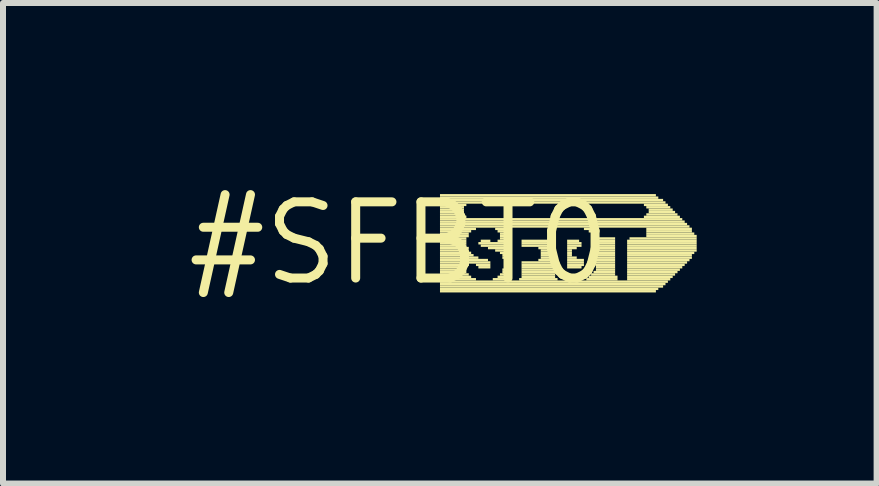
<source format=kicad_pcb>
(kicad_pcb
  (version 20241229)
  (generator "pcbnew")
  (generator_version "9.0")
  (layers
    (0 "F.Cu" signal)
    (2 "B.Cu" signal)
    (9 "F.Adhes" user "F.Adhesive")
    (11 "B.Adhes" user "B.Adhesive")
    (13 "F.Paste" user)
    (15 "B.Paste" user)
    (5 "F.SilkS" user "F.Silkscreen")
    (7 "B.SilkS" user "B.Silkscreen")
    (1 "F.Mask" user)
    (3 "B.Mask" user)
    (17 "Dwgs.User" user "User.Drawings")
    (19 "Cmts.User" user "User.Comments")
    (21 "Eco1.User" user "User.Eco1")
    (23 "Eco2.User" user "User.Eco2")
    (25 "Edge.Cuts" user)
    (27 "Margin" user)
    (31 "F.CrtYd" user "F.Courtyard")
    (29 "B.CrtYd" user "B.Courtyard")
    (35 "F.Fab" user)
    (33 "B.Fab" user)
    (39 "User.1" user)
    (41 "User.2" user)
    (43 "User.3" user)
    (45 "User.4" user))
  (footprint "#SFBT0"
    (layer "F.Cu")
    (at 3.606 1.006)
    (property "Reference" "#SFBT0" (at 0 0 0) (layer "F.SilkS") (effects (font (size 1.27 1.27) (thickness 0.15))))
    (attr through_hole)
    (fp_poly (pts (xy 0.68 -0.78) (xy 4.28 -0.78) (xy 4.28 -0.82) (xy 0.68 -0.82)) (stroke (width 0) (type solid)) (fill yes) (layer "F.SilkS"))
    (fp_poly (pts (xy 0.68 -0.74) (xy 4.32 -0.74) (xy 4.32 -0.78) (xy 0.68 -0.78)) (stroke (width 0) (type solid)) (fill yes) (layer "F.SilkS"))
    (fp_poly (pts (xy 0.68 -0.7) (xy 4.4 -0.7) (xy 4.4 -0.74) (xy 0.68 -0.74)) (stroke (width 0) (type solid)) (fill yes) (layer "F.SilkS"))
    (fp_poly (pts (xy 0.68 -0.66) (xy 4.44 -0.66) (xy 4.44 -0.7) (xy 0.68 -0.7)) (stroke (width 0) (type solid)) (fill yes) (layer "F.SilkS"))
    (fp_poly (pts (xy 0.68 -0.62) (xy 1.12 -0.62) (xy 1.12 -0.66) (xy 0.68 -0.66)) (stroke (width 0) (type solid)) (fill yes) (layer "F.SilkS"))
    (fp_poly (pts (xy 0.68 -0.58) (xy 1.08 -0.58) (xy 1.08 -0.62) (xy 0.68 -0.62)) (stroke (width 0) (type solid)) (fill yes) (layer "F.SilkS"))
    (fp_poly (pts (xy 0.68 -0.54) (xy 1.08 -0.54) (xy 1.08 -0.58) (xy 0.68 -0.58)) (stroke (width 0) (type solid)) (fill yes) (layer "F.SilkS"))
    (fp_poly (pts (xy 0.68 -0.5) (xy 1.08 -0.5) (xy 1.08 -0.54) (xy 0.68 -0.54)) (stroke (width 0) (type solid)) (fill yes) (layer "F.SilkS"))
    (fp_poly (pts (xy 0.68 -0.46) (xy 1.08 -0.46) (xy 1.08 -0.5) (xy 0.68 -0.5)) (stroke (width 0) (type solid)) (fill yes) (layer "F.SilkS"))
    (fp_poly (pts (xy 0.68 -0.42) (xy 1.12 -0.42) (xy 1.12 -0.46) (xy 0.68 -0.46)) (stroke (width 0) (type solid)) (fill yes) (layer "F.SilkS"))
    (fp_poly (pts (xy 0.68 -0.38) (xy 4.72 -0.38) (xy 4.72 -0.42) (xy 0.68 -0.42)) (stroke (width 0) (type solid)) (fill yes) (layer "F.SilkS"))
    (fp_poly (pts (xy 0.68 -0.34) (xy 4.76 -0.34) (xy 4.76 -0.38) (xy 0.68 -0.38)) (stroke (width 0) (type solid)) (fill yes) (layer "F.SilkS"))
    (fp_poly (pts (xy 0.68 -0.3) (xy 4.8 -0.3) (xy 4.8 -0.34) (xy 0.68 -0.34)) (stroke (width 0) (type solid)) (fill yes) (layer "F.SilkS"))
    (fp_poly (pts (xy 0.68 -0.26) (xy 4.84 -0.26) (xy 4.84 -0.3) (xy 0.68 -0.3)) (stroke (width 0) (type solid)) (fill yes) (layer "F.SilkS"))
    (fp_poly (pts (xy 0.68 -0.22) (xy 1.28 -0.22) (xy 1.28 -0.26) (xy 0.68 -0.26)) (stroke (width 0) (type solid)) (fill yes) (layer "F.SilkS"))
    (fp_poly (pts (xy 0.68 -0.18) (xy 1.2 -0.18) (xy 1.2 -0.22) (xy 0.68 -0.22)) (stroke (width 0) (type solid)) (fill yes) (layer "F.SilkS"))
    (fp_poly (pts (xy 0.68 -0.14) (xy 1.16 -0.14) (xy 1.16 -0.18) (xy 0.68 -0.18)) (stroke (width 0) (type solid)) (fill yes) (layer "F.SilkS"))
    (fp_poly (pts (xy 0.68 -0.1) (xy 1.16 -0.1) (xy 1.16 -0.14) (xy 0.68 -0.14)) (stroke (width 0) (type solid)) (fill yes) (layer "F.SilkS"))
    (fp_poly (pts (xy 0.68 -0.06) (xy 1.12 -0.06) (xy 1.12 -0.1) (xy 0.68 -0.1)) (stroke (width 0) (type solid)) (fill yes) (layer "F.SilkS"))
    (fp_poly (pts (xy 0.68 -0.02) (xy 1.12 -0.02) (xy 1.12 -0.06) (xy 0.68 -0.06)) (stroke (width 0) (type solid)) (fill yes) (layer "F.SilkS"))
    (fp_poly (pts (xy 0.68 0.02) (xy 1.12 0.02) (xy 1.12 -0.02) (xy 0.68 -0.02)) (stroke (width 0) (type solid)) (fill yes) (layer "F.SilkS"))
    (fp_poly (pts (xy 0.68 0.06) (xy 1.12 0.06) (xy 1.12 0.02) (xy 0.68 0.02)) (stroke (width 0) (type solid)) (fill yes) (layer "F.SilkS"))
    (fp_poly (pts (xy 0.68 0.1) (xy 1.16 0.1) (xy 1.16 0.06) (xy 0.68 0.06)) (stroke (width 0) (type solid)) (fill yes) (layer "F.SilkS"))
    (fp_poly (pts (xy 0.68 0.14) (xy 1.16 0.14) (xy 1.16 0.1) (xy 0.68 0.1)) (stroke (width 0) (type solid)) (fill yes) (layer "F.SilkS"))
    (fp_poly (pts (xy 0.68 0.18) (xy 1.2 0.18) (xy 1.2 0.14) (xy 0.68 0.14)) (stroke (width 0) (type solid)) (fill yes) (layer "F.SilkS"))
    (fp_poly (pts (xy 0.68 0.22) (xy 1.24 0.22) (xy 1.24 0.18) (xy 0.68 0.18)) (stroke (width 0) (type solid)) (fill yes) (layer "F.SilkS"))
    (fp_poly (pts (xy 0.68 0.26) (xy 1.32 0.26) (xy 1.32 0.22) (xy 0.68 0.22)) (stroke (width 0) (type solid)) (fill yes) (layer "F.SilkS"))
    (fp_poly (pts (xy 0.68 0.3) (xy 1.48 0.3) (xy 1.48 0.26) (xy 0.68 0.26)) (stroke (width 0) (type solid)) (fill yes) (layer "F.SilkS"))
    (fp_poly (pts (xy 0.68 0.34) (xy 1.52 0.34) (xy 1.52 0.3) (xy 0.68 0.3)) (stroke (width 0) (type solid)) (fill yes) (layer "F.SilkS"))
    (fp_poly (pts (xy 0.68 0.38) (xy 1.16 0.38) (xy 1.16 0.34) (xy 0.68 0.34)) (stroke (width 0) (type solid)) (fill yes) (layer "F.SilkS"))
    (fp_poly (pts (xy 0.68 0.42) (xy 1.12 0.42) (xy 1.12 0.38) (xy 0.68 0.38)) (stroke (width 0) (type solid)) (fill yes) (layer "F.SilkS"))
    (fp_poly (pts (xy 0.68 0.46) (xy 1.12 0.46) (xy 1.12 0.42) (xy 0.68 0.42)) (stroke (width 0) (type solid)) (fill yes) (layer "F.SilkS"))
    (fp_poly (pts (xy 0.68 0.5) (xy 1.12 0.5) (xy 1.12 0.46) (xy 0.68 0.46)) (stroke (width 0) (type solid)) (fill yes) (layer "F.SilkS"))
    (fp_poly (pts (xy 0.68 0.54) (xy 1.16 0.54) (xy 1.16 0.5) (xy 0.68 0.5)) (stroke (width 0) (type solid)) (fill yes) (layer "F.SilkS"))
    (fp_poly (pts (xy 0.68 0.58) (xy 1.2 0.58) (xy 1.2 0.54) (xy 0.68 0.54)) (stroke (width 0) (type solid)) (fill yes) (layer "F.SilkS"))
    (fp_poly (pts (xy 0.68 0.62) (xy 1.28 0.62) (xy 1.28 0.58) (xy 0.68 0.58)) (stroke (width 0) (type solid)) (fill yes) (layer "F.SilkS"))
    (fp_poly (pts (xy 0.68 0.66) (xy 4.48 0.66) (xy 4.48 0.62) (xy 0.68 0.62)) (stroke (width 0) (type solid)) (fill yes) (layer "F.SilkS"))
    (fp_poly (pts (xy 0.68 0.7) (xy 4.44 0.7) (xy 4.44 0.66) (xy 0.68 0.66)) (stroke (width 0) (type solid)) (fill yes) (layer "F.SilkS"))
    (fp_poly (pts (xy 0.68 0.74) (xy 4.4 0.74) (xy 4.4 0.7) (xy 0.68 0.7)) (stroke (width 0) (type solid)) (fill yes) (layer "F.SilkS"))
    (fp_poly (pts (xy 0.68 0.78) (xy 4.32 0.78) (xy 4.32 0.74) (xy 0.68 0.74)) (stroke (width 0) (type solid)) (fill yes) (layer "F.SilkS"))
    (fp_poly (pts (xy 0.68 0.82) (xy 4.28 0.82) (xy 4.28 0.78) (xy 0.68 0.78)) (stroke (width 0) (type solid)) (fill yes) (layer "F.SilkS"))
    (fp_poly (pts (xy 1.28 0.38) (xy 1.52 0.38) (xy 1.52 0.34) (xy 1.28 0.34)) (stroke (width 0) (type solid)) (fill yes) (layer "F.SilkS"))
    (fp_poly (pts (xy 1.32 0.02) (xy 1.84 0.02) (xy 1.84 -0.02) (xy 1.32 -0.02)) (stroke (width 0) (type solid)) (fill yes) (layer "F.SilkS"))
    (fp_poly (pts (xy 1.32 0.42) (xy 1.52 0.42) (xy 1.52 0.38) (xy 1.32 0.38)) (stroke (width 0) (type solid)) (fill yes) (layer "F.SilkS"))
    (fp_poly (pts (xy 1.36 -0.02) (xy 1.52 -0.02) (xy 1.52 -0.06) (xy 1.36 -0.06)) (stroke (width 0) (type solid)) (fill yes) (layer "F.SilkS"))
    (fp_poly (pts (xy 1.36 0.06) (xy 1.84 0.06) (xy 1.84 0.02) (xy 1.36 0.02)) (stroke (width 0) (type solid)) (fill yes) (layer "F.SilkS"))
    (fp_poly (pts (xy 1.48 0.1) (xy 1.84 0.1) (xy 1.84 0.06) (xy 1.48 0.06)) (stroke (width 0) (type solid)) (fill yes) (layer "F.SilkS"))
    (fp_poly (pts (xy 1.56 0.62) (xy 1.84 0.62) (xy 1.84 0.58) (xy 1.56 0.58)) (stroke (width 0) (type solid)) (fill yes) (layer "F.SilkS"))
    (fp_poly (pts (xy 1.6 -0.22) (xy 1.88 -0.22) (xy 1.88 -0.26) (xy 1.6 -0.26)) (stroke (width 0) (type solid)) (fill yes) (layer "F.SilkS"))
    (fp_poly (pts (xy 1.6 0.14) (xy 1.84 0.14) (xy 1.84 0.1) (xy 1.6 0.1)) (stroke (width 0) (type solid)) (fill yes) (layer "F.SilkS"))
    (fp_poly (pts (xy 1.64 -0.18) (xy 1.84 -0.18) (xy 1.84 -0.22) (xy 1.64 -0.22)) (stroke (width 0) (type solid)) (fill yes) (layer "F.SilkS"))
    (fp_poly (pts (xy 1.64 -0.02) (xy 1.84 -0.02) (xy 1.84 -0.06) (xy 1.64 -0.06)) (stroke (width 0) (type solid)) (fill yes) (layer "F.SilkS"))
    (fp_poly (pts (xy 1.64 0.58) (xy 1.84 0.58) (xy 1.84 0.54) (xy 1.64 0.54)) (stroke (width 0) (type solid)) (fill yes) (layer "F.SilkS"))
    (fp_poly (pts (xy 1.68 -0.14) (xy 1.84 -0.14) (xy 1.84 -0.18) (xy 1.68 -0.18)) (stroke (width 0) (type solid)) (fill yes) (layer "F.SilkS"))
    (fp_poly (pts (xy 1.68 -0.1) (xy 1.84 -0.1) (xy 1.84 -0.14) (xy 1.68 -0.14)) (stroke (width 0) (type solid)) (fill yes) (layer "F.SilkS"))
    (fp_poly (pts (xy 1.68 -0.06) (xy 1.84 -0.06) (xy 1.84 -0.1) (xy 1.68 -0.1)) (stroke (width 0) (type solid)) (fill yes) (layer "F.SilkS"))
    (fp_poly (pts (xy 1.68 0.18) (xy 1.84 0.18) (xy 1.84 0.14) (xy 1.68 0.14)) (stroke (width 0) (type solid)) (fill yes) (layer "F.SilkS"))
    (fp_poly (pts (xy 1.68 0.54) (xy 1.84 0.54) (xy 1.84 0.5) (xy 1.68 0.5)) (stroke (width 0) (type solid)) (fill yes) (layer "F.SilkS"))
    (fp_poly (pts (xy 1.72 0.22) (xy 1.84 0.22) (xy 1.84 0.18) (xy 1.72 0.18)) (stroke (width 0) (type solid)) (fill yes) (layer "F.SilkS"))
    (fp_poly (pts (xy 1.72 0.26) (xy 1.84 0.26) (xy 1.84 0.22) (xy 1.72 0.22)) (stroke (width 0) (type solid)) (fill yes) (layer "F.SilkS"))
    (fp_poly (pts (xy 1.72 0.46) (xy 1.84 0.46) (xy 1.84 0.42) (xy 1.72 0.42)) (stroke (width 0) (type solid)) (fill yes) (layer "F.SilkS"))
    (fp_poly (pts (xy 1.72 0.5) (xy 1.84 0.5) (xy 1.84 0.46) (xy 1.72 0.46)) (stroke (width 0) (type solid)) (fill yes) (layer "F.SilkS"))
    (fp_poly (pts (xy 1.76 0.3) (xy 1.84 0.3) (xy 1.84 0.26) (xy 1.76 0.26)) (stroke (width 0) (type solid)) (fill yes) (layer "F.SilkS"))
    (fp_poly (pts (xy 1.76 0.34) (xy 1.84 0.34) (xy 1.84 0.3) (xy 1.76 0.3)) (stroke (width 0) (type solid)) (fill yes) (layer "F.SilkS"))
    (fp_poly (pts (xy 1.76 0.38) (xy 1.84 0.38) (xy 1.84 0.34) (xy 1.76 0.34)) (stroke (width 0) (type solid)) (fill yes) (layer "F.SilkS"))
    (fp_poly (pts (xy 1.76 0.42) (xy 1.84 0.42) (xy 1.84 0.38) (xy 1.76 0.38)) (stroke (width 0) (type solid)) (fill yes) (layer "F.SilkS"))
    (fp_poly (pts (xy 2 0.62) (xy 2.64 0.62) (xy 2.64 0.58) (xy 2 0.58)) (stroke (width 0) (type solid)) (fill yes) (layer "F.SilkS"))
    (fp_poly (pts (xy 2.04 -0.02) (xy 2.6 -0.02) (xy 2.6 -0.06) (xy 2.04 -0.06)) (stroke (width 0) (type solid)) (fill yes) (layer "F.SilkS"))
    (fp_poly (pts (xy 2.04 0.02) (xy 2.6 0.02) (xy 2.6 -0.02) (xy 2.04 -0.02)) (stroke (width 0) (type solid)) (fill yes) (layer "F.SilkS"))
    (fp_poly (pts (xy 2.04 0.06) (xy 2.6 0.06) (xy 2.6 0.02) (xy 2.04 0.02)) (stroke (width 0) (type solid)) (fill yes) (layer "F.SilkS"))
    (fp_poly (pts (xy 2.04 0.34) (xy 2.6 0.34) (xy 2.6 0.3) (xy 2.04 0.3)) (stroke (width 0) (type solid)) (fill yes) (layer "F.SilkS"))
    (fp_poly (pts (xy 2.04 0.38) (xy 2.6 0.38) (xy 2.6 0.34) (xy 2.04 0.34)) (stroke (width 0) (type solid)) (fill yes) (layer "F.SilkS"))
    (fp_poly (pts (xy 2.04 0.42) (xy 2.6 0.42) (xy 2.6 0.38) (xy 2.04 0.38)) (stroke (width 0) (type solid)) (fill yes) (layer "F.SilkS"))
    (fp_poly (pts (xy 2.04 0.46) (xy 2.6 0.46) (xy 2.6 0.42) (xy 2.04 0.42)) (stroke (width 0) (type solid)) (fill yes) (layer "F.SilkS"))
    (fp_poly (pts (xy 2.04 0.5) (xy 2.6 0.5) (xy 2.6 0.46) (xy 2.04 0.46)) (stroke (width 0) (type solid)) (fill yes) (layer "F.SilkS"))
    (fp_poly (pts (xy 2.04 0.54) (xy 2.6 0.54) (xy 2.6 0.5) (xy 2.04 0.5)) (stroke (width 0) (type solid)) (fill yes) (layer "F.SilkS"))
    (fp_poly (pts (xy 2.04 0.58) (xy 2.6 0.58) (xy 2.6 0.54) (xy 2.04 0.54)) (stroke (width 0) (type solid)) (fill yes) (layer "F.SilkS"))
    (fp_poly (pts (xy 2.32 0.1) (xy 2.6 0.1) (xy 2.6 0.06) (xy 2.32 0.06)) (stroke (width 0) (type solid)) (fill yes) (layer "F.SilkS"))
    (fp_poly (pts (xy 2.32 0.3) (xy 2.6 0.3) (xy 2.6 0.26) (xy 2.32 0.26)) (stroke (width 0) (type solid)) (fill yes) (layer "F.SilkS"))
    (fp_poly (pts (xy 2.36 0.14) (xy 2.6 0.14) (xy 2.6 0.1) (xy 2.36 0.1)) (stroke (width 0) (type solid)) (fill yes) (layer "F.SilkS"))
    (fp_poly (pts (xy 2.36 0.18) (xy 2.6 0.18) (xy 2.6 0.14) (xy 2.36 0.14)) (stroke (width 0) (type solid)) (fill yes) (layer "F.SilkS"))
    (fp_poly (pts (xy 2.36 0.22) (xy 2.6 0.22) (xy 2.6 0.18) (xy 2.36 0.18)) (stroke (width 0) (type solid)) (fill yes) (layer "F.SilkS"))
    (fp_poly (pts (xy 2.36 0.26) (xy 2.6 0.26) (xy 2.6 0.22) (xy 2.36 0.22)) (stroke (width 0) (type solid)) (fill yes) (layer "F.SilkS"))
    (fp_poly (pts (xy 2.48 -0.22) (xy 2.6 -0.22) (xy 2.6 -0.26) (xy 2.48 -0.26)) (stroke (width 0) (type solid)) (fill yes) (layer "F.SilkS"))
    (fp_poly (pts (xy 2.48 -0.06) (xy 2.6 -0.06) (xy 2.6 -0.1) (xy 2.48 -0.1)) (stroke (width 0) (type solid)) (fill yes) (layer "F.SilkS"))
    (fp_poly (pts (xy 2.52 -0.18) (xy 2.6 -0.18) (xy 2.6 -0.22) (xy 2.52 -0.22)) (stroke (width 0) (type solid)) (fill yes) (layer "F.SilkS"))
    (fp_poly (pts (xy 2.52 -0.14) (xy 2.6 -0.14) (xy 2.6 -0.18) (xy 2.52 -0.18)) (stroke (width 0) (type solid)) (fill yes) (layer "F.SilkS"))
    (fp_poly (pts (xy 2.52 -0.1) (xy 2.6 -0.1) (xy 2.6 -0.14) (xy 2.52 -0.14)) (stroke (width 0) (type solid)) (fill yes) (layer "F.SilkS"))
    (fp_poly (pts (xy 2.8 -0.02) (xy 3 -0.02) (xy 3 -0.06) (xy 2.8 -0.06)) (stroke (width 0) (type solid)) (fill yes) (layer "F.SilkS"))
    (fp_poly (pts (xy 2.8 0.02) (xy 3.04 0.02) (xy 3.04 -0.02) (xy 2.8 -0.02)) (stroke (width 0) (type solid)) (fill yes) (layer "F.SilkS"))
    (fp_poly (pts (xy 2.8 0.06) (xy 3.04 0.06) (xy 3.04 0.02) (xy 2.8 0.02)) (stroke (width 0) (type solid)) (fill yes) (layer "F.SilkS"))
    (fp_poly (pts (xy 2.8 0.1) (xy 2.96 0.1) (xy 2.96 0.06) (xy 2.8 0.06)) (stroke (width 0) (type solid)) (fill yes) (layer "F.SilkS"))
    (fp_poly (pts (xy 2.8 0.14) (xy 2.88 0.14) (xy 2.88 0.1) (xy 2.8 0.1)) (stroke (width 0) (type solid)) (fill yes) (layer "F.SilkS"))
    (fp_poly (pts (xy 2.8 0.18) (xy 2.88 0.18) (xy 2.88 0.14) (xy 2.8 0.14)) (stroke (width 0) (type solid)) (fill yes) (layer "F.SilkS"))
    (fp_poly (pts (xy 2.8 0.22) (xy 2.88 0.22) (xy 2.88 0.18) (xy 2.8 0.18)) (stroke (width 0) (type solid)) (fill yes) (layer "F.SilkS"))
    (fp_poly (pts (xy 2.8 0.26) (xy 2.96 0.26) (xy 2.96 0.22) (xy 2.8 0.22)) (stroke (width 0) (type solid)) (fill yes) (layer "F.SilkS"))
    (fp_poly (pts (xy 2.8 0.3) (xy 3.08 0.3) (xy 3.08 0.26) (xy 2.8 0.26)) (stroke (width 0) (type solid)) (fill yes) (layer "F.SilkS"))
    (fp_poly (pts (xy 2.8 0.34) (xy 3.08 0.34) (xy 3.08 0.3) (xy 2.8 0.3)) (stroke (width 0) (type solid)) (fill yes) (layer "F.SilkS"))
    (fp_poly (pts (xy 2.8 0.38) (xy 3.08 0.38) (xy 3.08 0.34) (xy 2.8 0.34)) (stroke (width 0) (type solid)) (fill yes) (layer "F.SilkS"))
    (fp_poly (pts (xy 2.8 0.42) (xy 3.04 0.42) (xy 3.04 0.38) (xy 2.8 0.38)) (stroke (width 0) (type solid)) (fill yes) (layer "F.SilkS"))
    (fp_poly (pts (xy 3.08 -0.22) (xy 3.32 -0.22) (xy 3.32 -0.26) (xy 3.08 -0.26)) (stroke (width 0) (type solid)) (fill yes) (layer "F.SilkS"))
    (fp_poly (pts (xy 3.12 0.62) (xy 3.64 0.62) (xy 3.64 0.58) (xy 3.12 0.58)) (stroke (width 0) (type solid)) (fill yes) (layer "F.SilkS"))
    (fp_poly (pts (xy 3.16 -0.18) (xy 3.32 -0.18) (xy 3.32 -0.22) (xy 3.16 -0.22)) (stroke (width 0) (type solid)) (fill yes) (layer "F.SilkS"))
    (fp_poly (pts (xy 3.16 0.58) (xy 3.64 0.58) (xy 3.64 0.54) (xy 3.16 0.54)) (stroke (width 0) (type solid)) (fill yes) (layer "F.SilkS"))
    (fp_poly (pts (xy 3.2 -0.14) (xy 3.32 -0.14) (xy 3.32 -0.18) (xy 3.2 -0.18)) (stroke (width 0) (type solid)) (fill yes) (layer "F.SilkS"))
    (fp_poly (pts (xy 3.2 0.54) (xy 3.6 0.54) (xy 3.6 0.5) (xy 3.2 0.5)) (stroke (width 0) (type solid)) (fill yes) (layer "F.SilkS"))
    (fp_poly (pts (xy 3.24 -0.1) (xy 3.32 -0.1) (xy 3.32 -0.14) (xy 3.24 -0.14)) (stroke (width 0) (type solid)) (fill yes) (layer "F.SilkS"))
    (fp_poly (pts (xy 3.24 -0.06) (xy 3.6 -0.06) (xy 3.6 -0.1) (xy 3.24 -0.1)) (stroke (width 0) (type solid)) (fill yes) (layer "F.SilkS"))
    (fp_poly (pts (xy 3.24 -0.02) (xy 3.6 -0.02) (xy 3.6 -0.06) (xy 3.24 -0.06)) (stroke (width 0) (type solid)) (fill yes) (layer "F.SilkS"))
    (fp_poly (pts (xy 3.24 0.02) (xy 3.6 0.02) (xy 3.6 -0.02) (xy 3.24 -0.02)) (stroke (width 0) (type solid)) (fill yes) (layer "F.SilkS"))
    (fp_poly (pts (xy 3.24 0.06) (xy 3.6 0.06) (xy 3.6 0.02) (xy 3.24 0.02)) (stroke (width 0) (type solid)) (fill yes) (layer "F.SilkS"))
    (fp_poly (pts (xy 3.24 0.1) (xy 3.6 0.1) (xy 3.6 0.06) (xy 3.24 0.06)) (stroke (width 0) (type solid)) (fill yes) (layer "F.SilkS"))
    (fp_poly (pts (xy 3.24 0.14) (xy 3.6 0.14) (xy 3.6 0.1) (xy 3.24 0.1)) (stroke (width 0) (type solid)) (fill yes) (layer "F.SilkS"))
    (fp_poly (pts (xy 3.24 0.18) (xy 3.6 0.18) (xy 3.6 0.14) (xy 3.24 0.14)) (stroke (width 0) (type solid)) (fill yes) (layer "F.SilkS"))
    (fp_poly (pts (xy 3.24 0.22) (xy 3.6 0.22) (xy 3.6 0.18) (xy 3.24 0.18)) (stroke (width 0) (type solid)) (fill yes) (layer "F.SilkS"))
    (fp_poly (pts (xy 3.24 0.5) (xy 3.6 0.5) (xy 3.6 0.46) (xy 3.24 0.46)) (stroke (width 0) (type solid)) (fill yes) (layer "F.SilkS"))
    (fp_poly (pts (xy 3.28 0.26) (xy 3.6 0.26) (xy 3.6 0.22) (xy 3.28 0.22)) (stroke (width 0) (type solid)) (fill yes) (layer "F.SilkS"))
    (fp_poly (pts (xy 3.28 0.3) (xy 3.6 0.3) (xy 3.6 0.26) (xy 3.28 0.26)) (stroke (width 0) (type solid)) (fill yes) (layer "F.SilkS"))
    (fp_poly (pts (xy 3.28 0.34) (xy 3.6 0.34) (xy 3.6 0.3) (xy 3.28 0.3)) (stroke (width 0) (type solid)) (fill yes) (layer "F.SilkS"))
    (fp_poly (pts (xy 3.28 0.38) (xy 3.6 0.38) (xy 3.6 0.34) (xy 3.28 0.34)) (stroke (width 0) (type solid)) (fill yes) (layer "F.SilkS"))
    (fp_poly (pts (xy 3.28 0.42) (xy 3.6 0.42) (xy 3.6 0.38) (xy 3.28 0.38)) (stroke (width 0) (type solid)) (fill yes) (layer "F.SilkS"))
    (fp_poly (pts (xy 3.28 0.46) (xy 3.6 0.46) (xy 3.6 0.42) (xy 3.28 0.42)) (stroke (width 0) (type solid)) (fill yes) (layer "F.SilkS"))
    (fp_poly (pts (xy 3.8 -0.02) (xy 4.96 -0.02) (xy 4.96 -0.06) (xy 3.8 -0.06)) (stroke (width 0) (type solid)) (fill yes) (layer "F.SilkS"))
    (fp_poly (pts (xy 3.8 0.02) (xy 4.96 0.02) (xy 4.96 -0.02) (xy 3.8 -0.02)) (stroke (width 0) (type solid)) (fill yes) (layer "F.SilkS"))
    (fp_poly (pts (xy 3.8 0.06) (xy 4.96 0.06) (xy 4.96 0.02) (xy 3.8 0.02)) (stroke (width 0) (type solid)) (fill yes) (layer "F.SilkS"))
    (fp_poly (pts (xy 3.8 0.1) (xy 4.96 0.1) (xy 4.96 0.06) (xy 3.8 0.06)) (stroke (width 0) (type solid)) (fill yes) (layer "F.SilkS"))
    (fp_poly (pts (xy 3.8 0.14) (xy 4.96 0.14) (xy 4.96 0.1) (xy 3.8 0.1)) (stroke (width 0) (type solid)) (fill yes) (layer "F.SilkS"))
    (fp_poly (pts (xy 3.8 0.18) (xy 4.92 0.18) (xy 4.92 0.14) (xy 3.8 0.14)) (stroke (width 0) (type solid)) (fill yes) (layer "F.SilkS"))
    (fp_poly (pts (xy 3.8 0.22) (xy 4.88 0.22) (xy 4.88 0.18) (xy 3.8 0.18)) (stroke (width 0) (type solid)) (fill yes) (layer "F.SilkS"))
    (fp_poly (pts (xy 3.8 0.26) (xy 4.88 0.26) (xy 4.88 0.22) (xy 3.8 0.22)) (stroke (width 0) (type solid)) (fill yes) (layer "F.SilkS"))
    (fp_poly (pts (xy 3.8 0.3) (xy 4.84 0.3) (xy 4.84 0.26) (xy 3.8 0.26)) (stroke (width 0) (type solid)) (fill yes) (layer "F.SilkS"))
    (fp_poly (pts (xy 3.8 0.34) (xy 4.8 0.34) (xy 4.8 0.3) (xy 3.8 0.3)) (stroke (width 0) (type solid)) (fill yes) (layer "F.SilkS"))
    (fp_poly (pts (xy 3.8 0.38) (xy 4.76 0.38) (xy 4.76 0.34) (xy 3.8 0.34)) (stroke (width 0) (type solid)) (fill yes) (layer "F.SilkS"))
    (fp_poly (pts (xy 3.8 0.42) (xy 4.72 0.42) (xy 4.72 0.38) (xy 3.8 0.38)) (stroke (width 0) (type solid)) (fill yes) (layer "F.SilkS"))
    (fp_poly (pts (xy 3.8 0.46) (xy 4.68 0.46) (xy 4.68 0.42) (xy 3.8 0.42)) (stroke (width 0) (type solid)) (fill yes) (layer "F.SilkS"))
    (fp_poly (pts (xy 3.8 0.5) (xy 4.64 0.5) (xy 4.64 0.46) (xy 3.8 0.46)) (stroke (width 0) (type solid)) (fill yes) (layer "F.SilkS"))
    (fp_poly (pts (xy 3.8 0.54) (xy 4.6 0.54) (xy 4.6 0.5) (xy 3.8 0.5)) (stroke (width 0) (type solid)) (fill yes) (layer "F.SilkS"))
    (fp_poly (pts (xy 3.8 0.58) (xy 4.56 0.58) (xy 4.56 0.54) (xy 3.8 0.54)) (stroke (width 0) (type solid)) (fill yes) (layer "F.SilkS"))
    (fp_poly (pts (xy 3.8 0.62) (xy 4.52 0.62) (xy 4.52 0.58) (xy 3.8 0.58)) (stroke (width 0) (type solid)) (fill yes) (layer "F.SilkS"))
    (fp_poly (pts (xy 3.84 -0.06) (xy 4.96 -0.06) (xy 4.96 -0.1) (xy 3.84 -0.1)) (stroke (width 0) (type solid)) (fill yes) (layer "F.SilkS"))
    (fp_poly (pts (xy 4.08 -0.62) (xy 4.48 -0.62) (xy 4.48 -0.66) (xy 4.08 -0.66)) (stroke (width 0) (type solid)) (fill yes) (layer "F.SilkS"))
    (fp_poly (pts (xy 4.08 -0.42) (xy 4.68 -0.42) (xy 4.68 -0.46) (xy 4.08 -0.46)) (stroke (width 0) (type solid)) (fill yes) (layer "F.SilkS"))
    (fp_poly (pts (xy 4.12 -0.58) (xy 4.52 -0.58) (xy 4.52 -0.62) (xy 4.12 -0.62)) (stroke (width 0) (type solid)) (fill yes) (layer "F.SilkS"))
    (fp_poly (pts (xy 4.12 -0.46) (xy 4.64 -0.46) (xy 4.64 -0.5) (xy 4.12 -0.5)) (stroke (width 0) (type solid)) (fill yes) (layer "F.SilkS"))
    (fp_poly (pts (xy 4.12 -0.22) (xy 4.88 -0.22) (xy 4.88 -0.26) (xy 4.12 -0.26)) (stroke (width 0) (type solid)) (fill yes) (layer "F.SilkS"))
    (fp_poly (pts (xy 4.12 -0.18) (xy 4.88 -0.18) (xy 4.88 -0.22) (xy 4.12 -0.22)) (stroke (width 0) (type solid)) (fill yes) (layer "F.SilkS"))
    (fp_poly (pts (xy 4.12 -0.14) (xy 4.92 -0.14) (xy 4.92 -0.18) (xy 4.12 -0.18)) (stroke (width 0) (type solid)) (fill yes) (layer "F.SilkS"))
    (fp_poly (pts (xy 4.12 -0.1) (xy 4.96 -0.1) (xy 4.96 -0.14) (xy 4.12 -0.14)) (stroke (width 0) (type solid)) (fill yes) (layer "F.SilkS"))
    (fp_poly (pts (xy 4.16 -0.54) (xy 4.56 -0.54) (xy 4.56 -0.58) (xy 4.16 -0.58)) (stroke (width 0) (type solid)) (fill yes) (layer "F.SilkS"))
    (fp_poly (pts (xy 4.16 -0.5) (xy 4.6 -0.5) (xy 4.6 -0.54) (xy 4.16 -0.54)) (stroke (width 0) (type solid)) (fill yes) (layer "F.SilkS")))
  (gr_rect
    (start -3 -3)
    (end 11.566 5.012)
    (stroke (width 0.1) (type default))
    (fill no)
    (layer "Edge.Cuts")))
</source>
